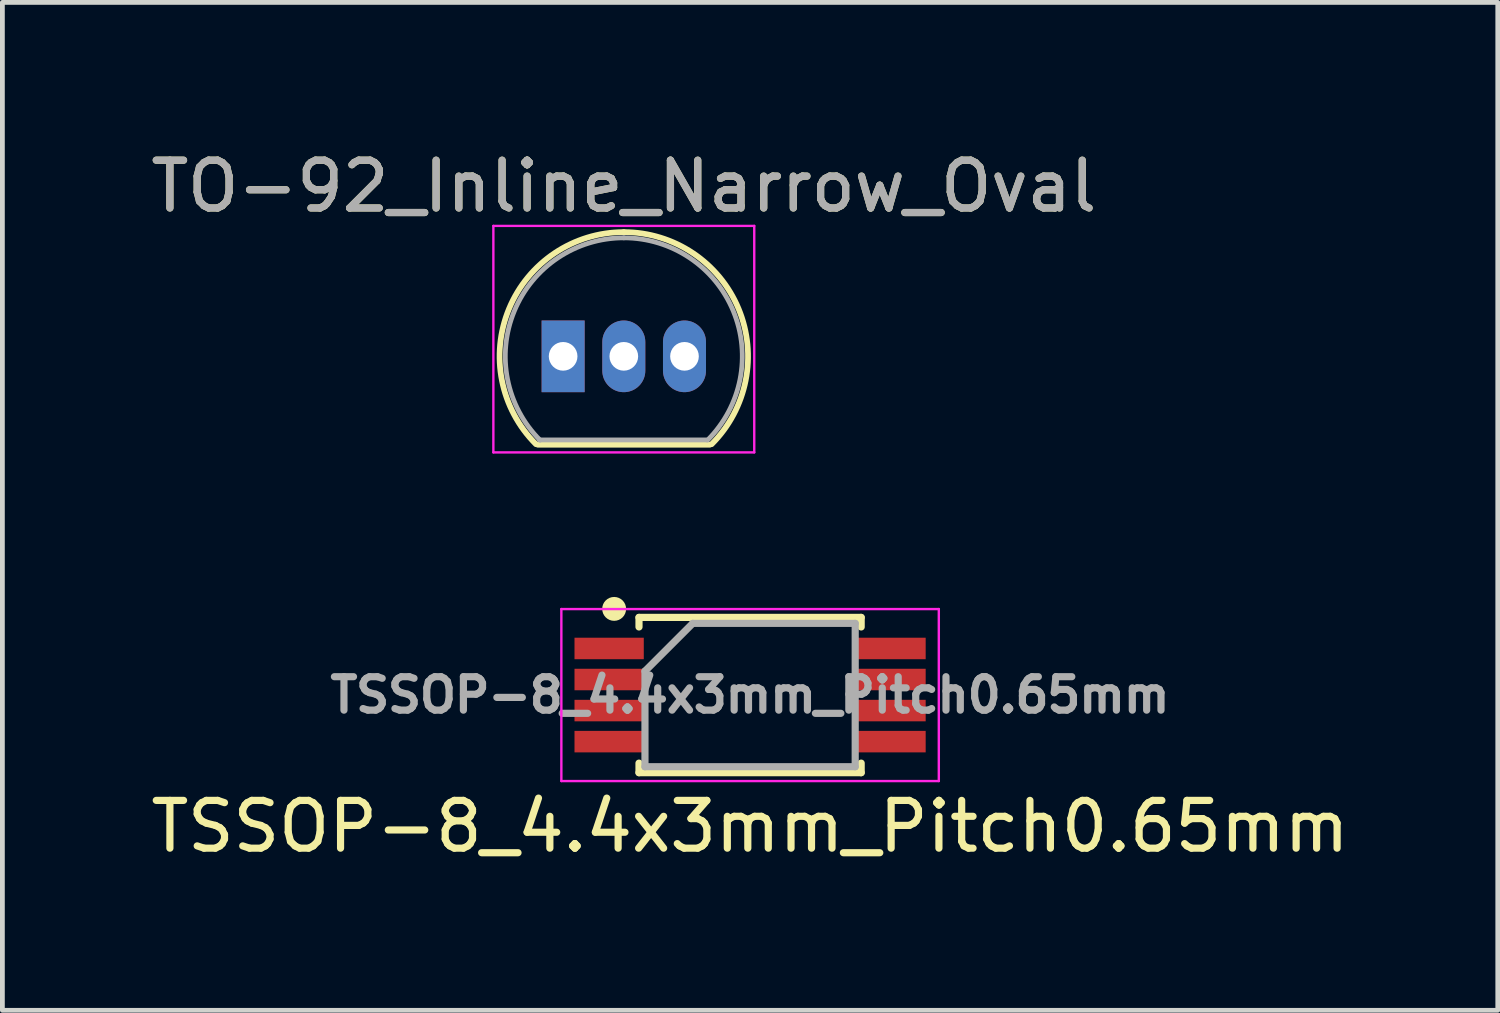
<source format=kicad_pcb>
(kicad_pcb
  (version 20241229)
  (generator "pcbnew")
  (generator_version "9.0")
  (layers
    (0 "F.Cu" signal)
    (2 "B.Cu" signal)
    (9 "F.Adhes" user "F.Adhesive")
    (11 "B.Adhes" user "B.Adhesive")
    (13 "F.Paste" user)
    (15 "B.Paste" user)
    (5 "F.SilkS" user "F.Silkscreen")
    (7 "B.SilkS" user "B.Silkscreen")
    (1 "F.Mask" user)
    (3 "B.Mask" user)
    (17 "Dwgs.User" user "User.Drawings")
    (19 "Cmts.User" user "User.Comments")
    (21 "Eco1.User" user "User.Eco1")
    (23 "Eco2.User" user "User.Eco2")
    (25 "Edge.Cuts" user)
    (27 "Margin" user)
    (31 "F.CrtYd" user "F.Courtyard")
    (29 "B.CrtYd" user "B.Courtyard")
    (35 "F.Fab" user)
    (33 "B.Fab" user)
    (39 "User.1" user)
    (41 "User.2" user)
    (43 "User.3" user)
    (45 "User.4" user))
  (footprint "TO-92_Inline_Narrow_Oval"
    (layer "F.Cu")
    (at 8.736 4.408)
    (property "Reference" "TO-92_Inline_Narrow_Oval" (at 1.27 -3.56 0) (layer "F.SilkS") (effects (font (size 1 1) (thickness 0.15))))
    (attr through_hole)
    (fp_line (start -0.53 1.85) (end 3.07 1.85) (stroke (width 0.12) (type solid)) (layer "F.SilkS"))
    (fp_arc (start -0.568478 1.838478) (mid -1.132087 -0.994977) (end 1.27 -2.6) (stroke (width 0.12) (type solid)) (layer "F.SilkS"))
    (fp_arc (start 1.27 -2.6) (mid 3.672087 -0.994977) (end 3.108478 1.838478) (stroke (width 0.12) (type solid)) (layer "F.SilkS"))
    (fp_line (start -1.46 -2.73) (end -1.46 2.01) (stroke (width 0.05) (type solid)) (layer "F.CrtYd"))
    (fp_line (start -1.46 -2.73) (end 4 -2.73) (stroke (width 0.05) (type solid)) (layer "F.CrtYd"))
    (fp_line (start 4 2.01) (end -1.46 2.01) (stroke (width 0.05) (type solid)) (layer "F.CrtYd"))
    (fp_line (start 4 2.01) (end 4 -2.73) (stroke (width 0.05) (type solid)) (layer "F.CrtYd"))
    (fp_line (start -0.5 1.75) (end 3 1.75) (stroke (width 0.1) (type solid)) (layer "F.Fab"))
    (fp_arc (start -0.483625 1.753625) (mid -1.021221 -0.949055) (end 1.27 -2.48) (stroke (width 0.1) (type solid)) (layer "F.Fab"))
    (fp_arc (start 1.27 -2.48) (mid 3.561221 -0.949055) (end 3.023625 1.753625) (stroke (width 0.1) (type solid)) (layer "F.Fab"))
    (fp_text user "${REFERENCE}" (at 1.27 -3.56 0) (layer "F.Fab") (effects (font (size 1 1) (thickness 0.15))))
    (pad "1" thru_hole rect (at 0 0 180) (size 0.9 1.5) (drill 0.6) (layers "*.Cu" "*.Mask"))
    (pad "2" thru_hole oval (at 1.27 0 180) (size 0.9 1.5) (drill 0.6) (layers "*.Cu" "*.Mask"))
    (pad "3" thru_hole oval (at 2.54 0 180) (size 0.9 1.5) (drill 0.6) (layers "*.Cu" "*.Mask")))
  (footprint "TSSOP-8_4.4x3mm_Pitch0.65mm"
    (layer "F.Cu")
    (at 12.649 11.497)
    (property "Reference" "TSSOP-8_4.4x3mm_Pitch0.65mm" (at 0 2.75 0) (layer "F.SilkS") (effects (font (size 1 1) (thickness 0.15))))
    (attr smd)
    (fp_line (start -2.325 -1.625) (end -2.325 -1.425) (stroke (width 0.15) (type solid)) (layer "F.SilkS"))
    (fp_line (start -2.325 -1.625) (end 2.325 -1.625) (stroke (width 0.15) (type solid)) (layer "F.SilkS"))
    (fp_line (start -2.325 1.625) (end -2.325 1.425) (stroke (width 0.15) (type solid)) (layer "F.SilkS"))
    (fp_line (start -2.325 1.625) (end 2.325 1.625) (stroke (width 0.15) (type solid)) (layer "F.SilkS"))
    (fp_line (start 2.325 -1.625) (end 2.325 -1.425) (stroke (width 0.15) (type solid)) (layer "F.SilkS"))
    (fp_line (start 2.325 1.625) (end 2.325 1.425) (stroke (width 0.15) (type solid)) (layer "F.SilkS"))
    (fp_line (start -3.95 -1.8) (end -3.95 1.8) (stroke (width 0.05) (type solid)) (layer "F.CrtYd"))
    (fp_line (start -3.95 -1.8) (end 3.95 -1.8) (stroke (width 0.05) (type solid)) (layer "F.CrtYd"))
    (fp_line (start -3.95 1.8) (end 3.95 1.8) (stroke (width 0.05) (type solid)) (layer "F.CrtYd"))
    (fp_line (start 3.95 -1.8) (end 3.95 1.8) (stroke (width 0.05) (type solid)) (layer "F.CrtYd"))
    (fp_line (start -2.2 -0.5) (end -1.2 -1.5) (stroke (width 0.15) (type solid)) (layer "F.Fab"))
    (fp_line (start -2.2 1.5) (end -2.2 -0.5) (stroke (width 0.15) (type solid)) (layer "F.Fab"))
    (fp_line (start -1.2 -1.5) (end 2.2 -1.5) (stroke (width 0.15) (type solid)) (layer "F.Fab"))
    (fp_line (start 2.2 -1.5) (end 2.2 1.5) (stroke (width 0.15) (type solid)) (layer "F.Fab"))
    (fp_line (start 2.2 1.5) (end -2.2 1.5) (stroke (width 0.15) (type solid)) (layer "F.Fab"))
    (fp_text user "${REFERENCE}" (at 0 0 0) (layer "F.Fab") (effects (font (size 0.7 0.7) (thickness 0.15))))
    (pad "" connect circle (at -2.845 -1.803) (size 0.5 0.5) (layers "F.SilkS"))
    (pad "1" smd rect (at -2.95 -0.975) (size 1.45 0.45) (layers "F.Cu" "F.Mask" "F.Paste"))
    (pad "2" smd rect (at -2.95 -0.325) (size 1.45 0.45) (layers "F.Cu" "F.Mask" "F.Paste"))
    (pad "3" smd rect (at -2.95 0.325) (size 1.45 0.45) (layers "F.Cu" "F.Mask" "F.Paste"))
    (pad "4" smd rect (at -2.95 0.975) (size 1.45 0.45) (layers "F.Cu" "F.Mask" "F.Paste"))
    (pad "5" smd rect (at 2.95 0.975) (size 1.45 0.45) (layers "F.Cu" "F.Mask" "F.Paste"))
    (pad "6" smd rect (at 2.95 0.325) (size 1.45 0.45) (layers "F.Cu" "F.Mask" "F.Paste"))
    (pad "7" smd rect (at 2.95 -0.325) (size 1.45 0.45) (layers "F.Cu" "F.Mask" "F.Paste"))
    (pad "8" smd rect (at 2.95 -0.975) (size 1.45 0.45) (layers "F.Cu" "F.Mask" "F.Paste")))
  (gr_rect
    (start -3 -3)
    (end 28.298 18.095)
    (stroke (width 0.1) (type default))
    (fill no)
    (layer "Edge.Cuts")))
</source>
